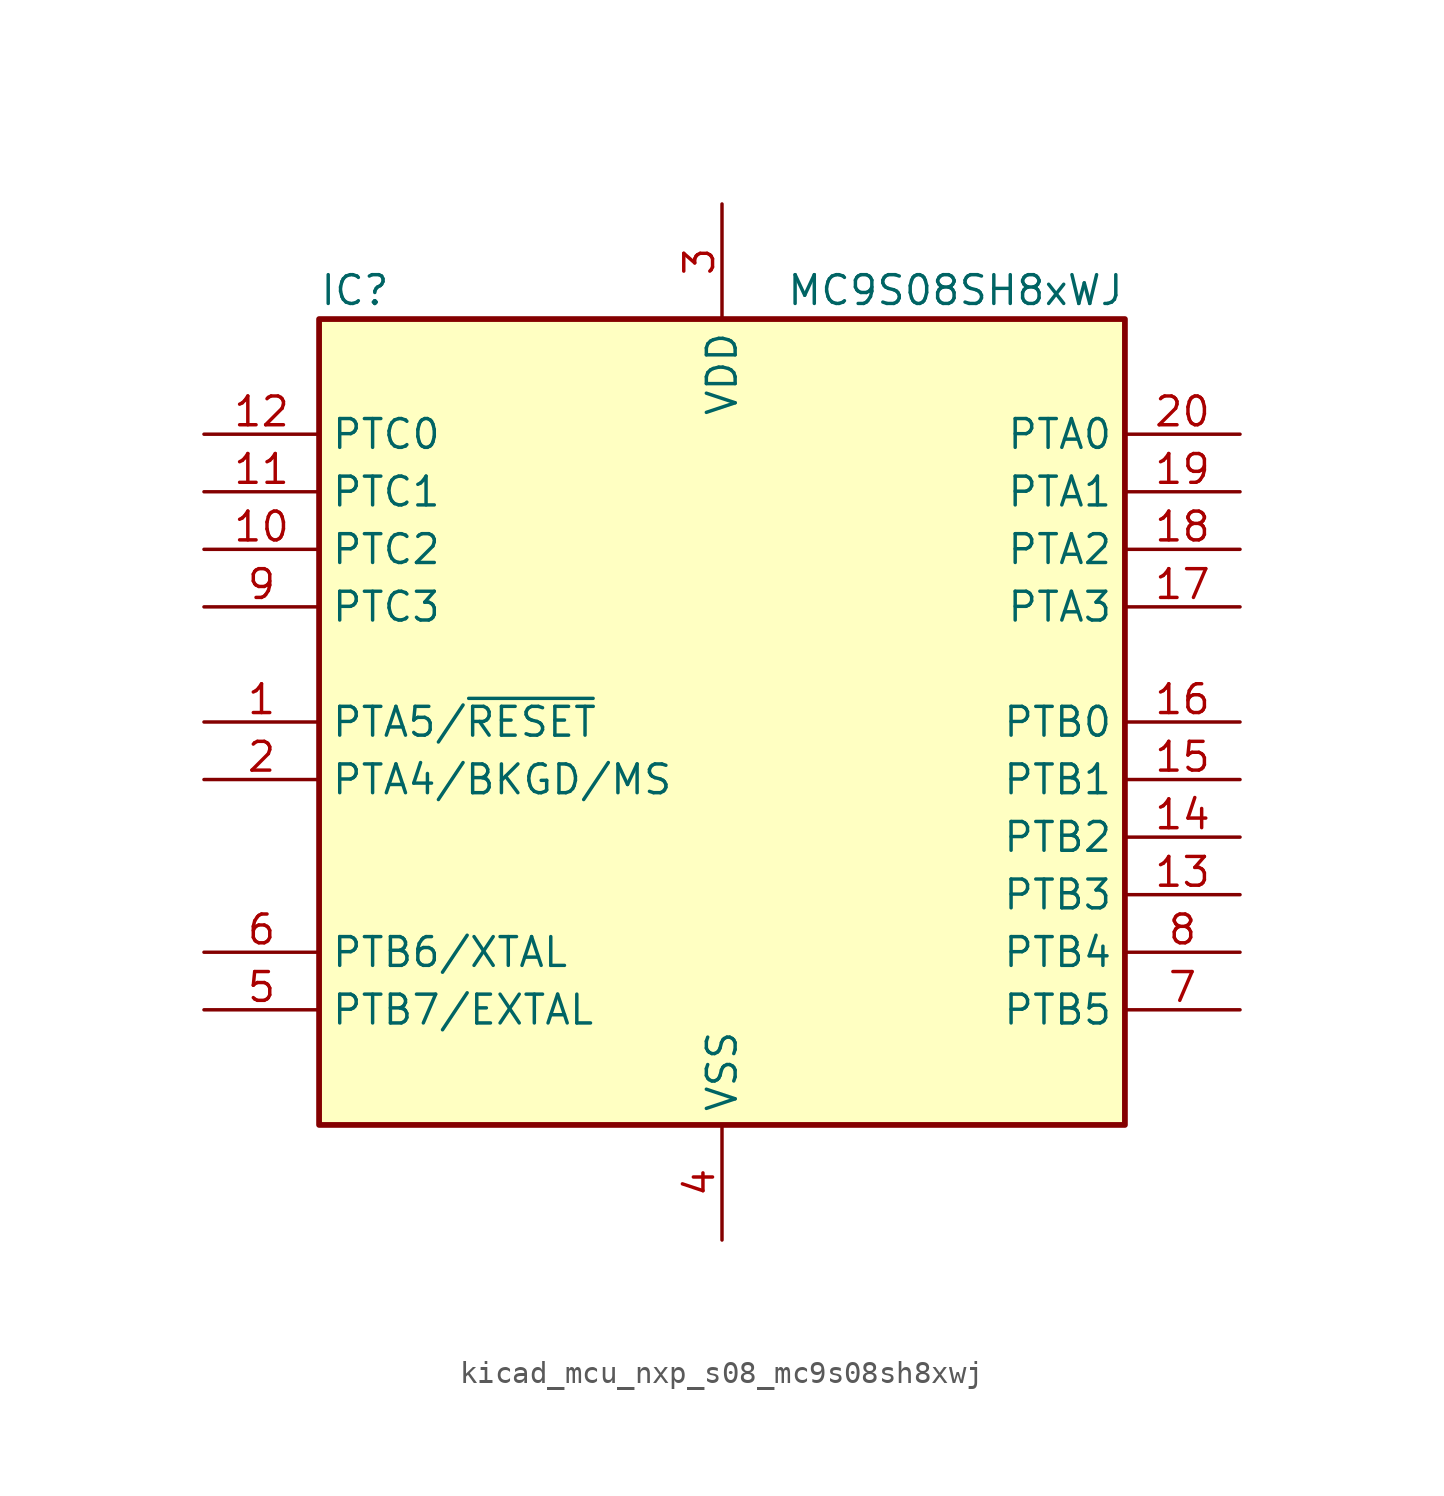
<source format=kicad_sym>
(kicad_symbol_lib
  (version 20220914)
  (generator kicad_symbol_editor)
  (symbol "kicad_mcu_nxp_s08_mc9s08sh8xwj"
    (property "Reference" "IC"
      (at -17.78 19.05 0)
      (effects (font (size 1.27 1.27)) (justify left)))
    (property "Value" "MC9S08SH8xWJ"
      (at 17.78 19.05 0)
      (effects (font (size 1.27 1.27)) (justify right)))
    (symbol "kicad_mcu_nxp_s08_mc9s08sh8xwj_0_1"
      (rectangle (start -17.78 17.78) (end 17.78 -17.78) (stroke (width 0.254) (type default)) (fill (type background))))
    (symbol "kicad_mcu_nxp_s08_mc9s08sh8xwj_1_1"
      (pin bidirectional line (at -22.86 0 0) (length 5.08) (name "PTA5/~{RESET}" (effects (font (size 1.27 1.27)))) (number "1" (effects (font (size 1.27 1.27)))))
      (pin bidirectional line (at -22.86 7.62 0) (length 5.08) (name "PTC2" (effects (font (size 1.27 1.27)))) (number "10" (effects (font (size 1.27 1.27)))))
      (pin bidirectional line (at -22.86 10.16 0) (length 5.08) (name "PTC1" (effects (font (size 1.27 1.27)))) (number "11" (effects (font (size 1.27 1.27)))))
      (pin bidirectional line (at -22.86 12.7 0) (length 5.08) (name "PTC0" (effects (font (size 1.27 1.27)))) (number "12" (effects (font (size 1.27 1.27)))))
      (pin bidirectional line (at 22.86 -7.62 180) (length 5.08) (name "PTB3" (effects (font (size 1.27 1.27)))) (number "13" (effects (font (size 1.27 1.27)))))
      (pin bidirectional line (at 22.86 -5.08 180) (length 5.08) (name "PTB2" (effects (font (size 1.27 1.27)))) (number "14" (effects (font (size 1.27 1.27)))))
      (pin bidirectional line (at 22.86 -2.54 180) (length 5.08) (name "PTB1" (effects (font (size 1.27 1.27)))) (number "15" (effects (font (size 1.27 1.27)))))
      (pin bidirectional line (at 22.86 0 180) (length 5.08) (name "PTB0" (effects (font (size 1.27 1.27)))) (number "16" (effects (font (size 1.27 1.27)))))
      (pin bidirectional line (at 22.86 5.08 180) (length 5.08) (name "PTA3" (effects (font (size 1.27 1.27)))) (number "17" (effects (font (size 1.27 1.27)))))
      (pin bidirectional line (at 22.86 7.62 180) (length 5.08) (name "PTA2" (effects (font (size 1.27 1.27)))) (number "18" (effects (font (size 1.27 1.27)))))
      (pin bidirectional line (at 22.86 10.16 180) (length 5.08) (name "PTA1" (effects (font (size 1.27 1.27)))) (number "19" (effects (font (size 1.27 1.27)))))
      (pin bidirectional line (at -22.86 -2.54 0) (length 5.08) (name "PTA4/BKGD/MS" (effects (font (size 1.27 1.27)))) (number "2" (effects (font (size 1.27 1.27)))))
      (pin bidirectional line (at 22.86 12.7 180) (length 5.08) (name "PTA0" (effects (font (size 1.27 1.27)))) (number "20" (effects (font (size 1.27 1.27)))))
      (pin power_in line (at 0 22.86 270) (length 5.08) (name "VDD" (effects (font (size 1.27 1.27)))) (number "3" (effects (font (size 1.27 1.27)))))
      (pin power_in line (at 0 -22.86 90) (length 5.08) (name "VSS" (effects (font (size 1.27 1.27)))) (number "4" (effects (font (size 1.27 1.27)))))
      (pin bidirectional line (at -22.86 -12.7 0) (length 5.08) (name "PTB7/EXTAL" (effects (font (size 1.27 1.27)))) (number "5" (effects (font (size 1.27 1.27)))))
      (pin bidirectional line (at -22.86 -10.16 0) (length 5.08) (name "PTB6/XTAL" (effects (font (size 1.27 1.27)))) (number "6" (effects (font (size 1.27 1.27)))))
      (pin bidirectional line (at 22.86 -12.7 180) (length 5.08) (name "PTB5" (effects (font (size 1.27 1.27)))) (number "7" (effects (font (size 1.27 1.27)))))
      (pin bidirectional line (at 22.86 -10.16 180) (length 5.08) (name "PTB4" (effects (font (size 1.27 1.27)))) (number "8" (effects (font (size 1.27 1.27)))))
      (pin bidirectional line (at -22.86 5.08 0) (length 5.08) (name "PTC3" (effects (font (size 1.27 1.27)))) (number "9" (effects (font (size 1.27 1.27))))))))
</source>
